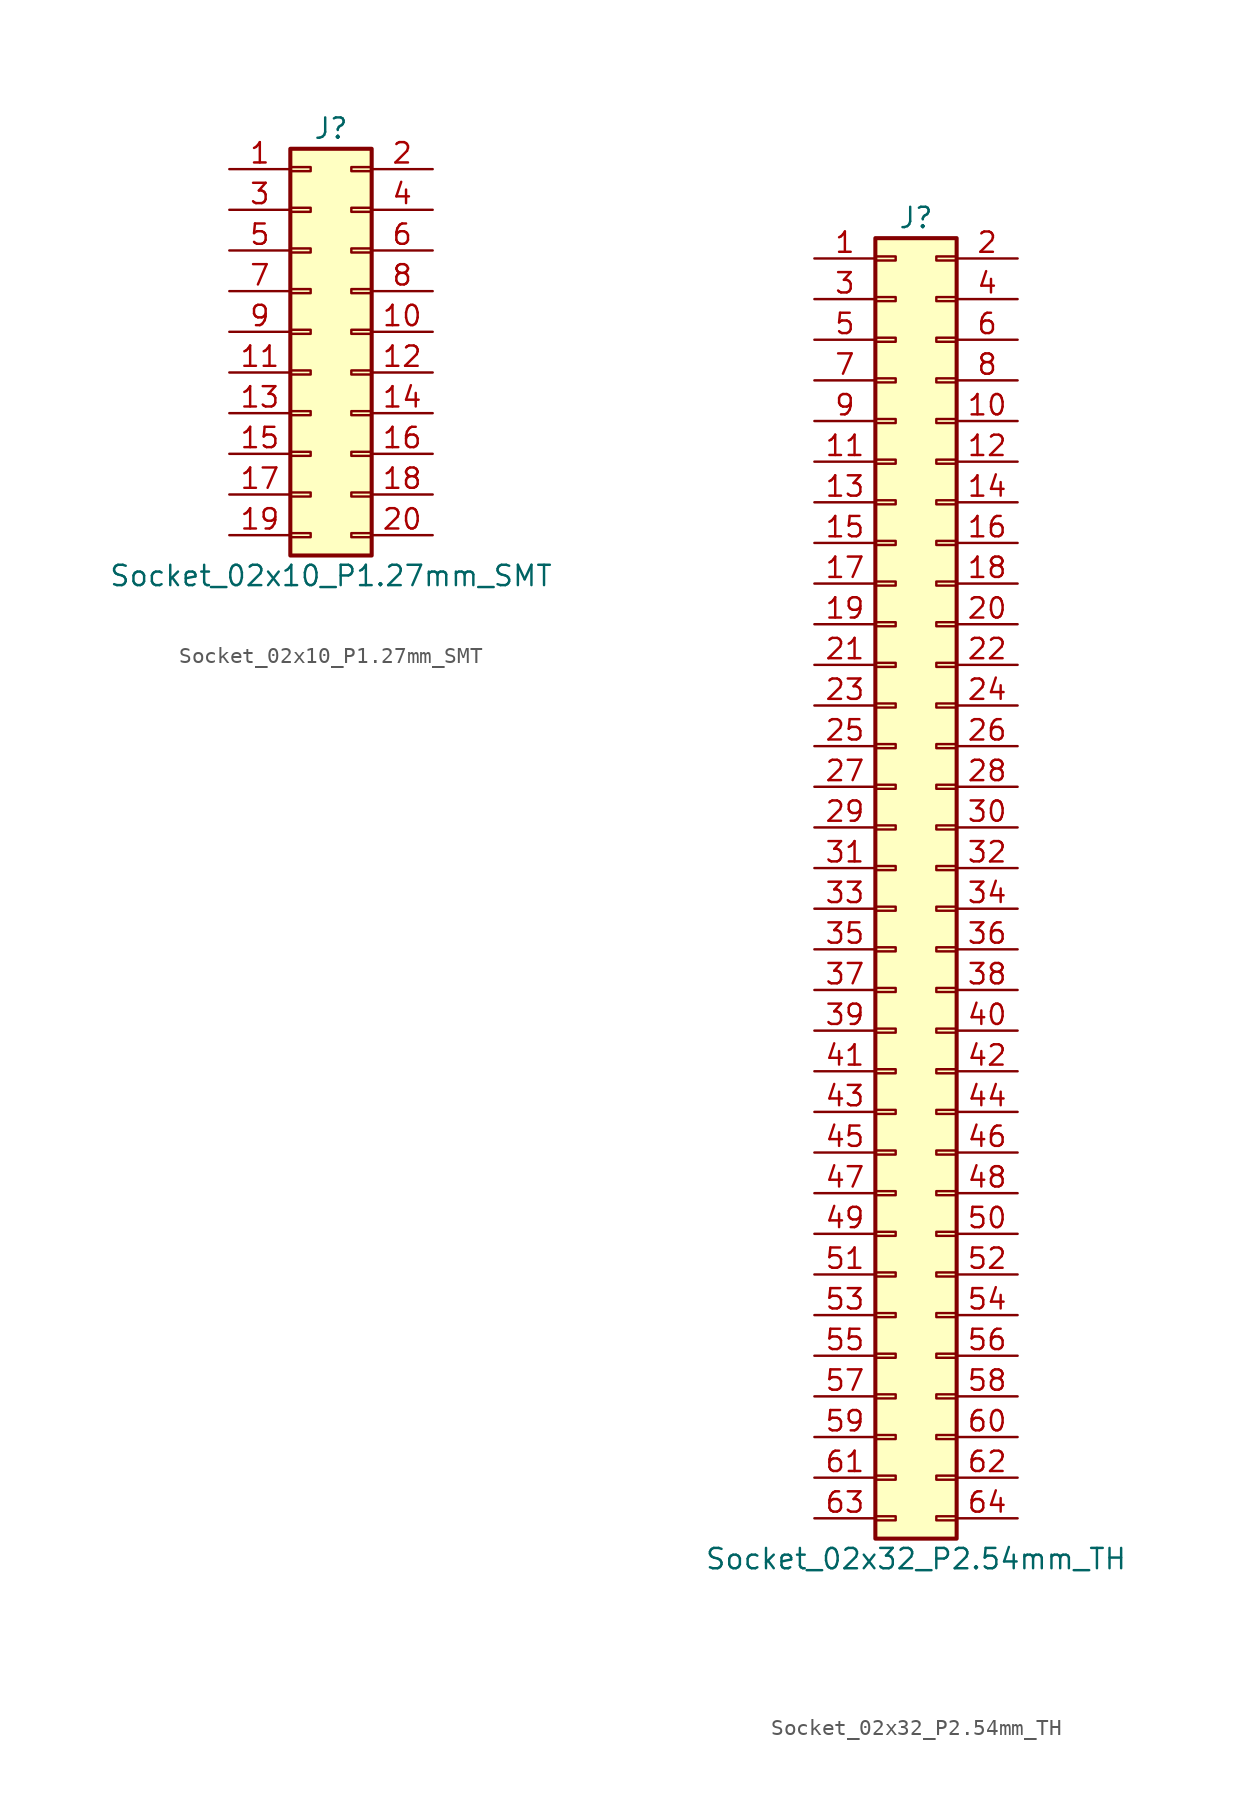
<source format=kicad_sym>
(kicad_symbol_lib
  (version 20241209)
  (generator "kicad_symbol_editor")
  (generator_version "9.0")
  (symbol "Socket_02x10_P1.27mm_SMT"
    (pin_names
      (offset 1.016)
      (hide yes))
    (property "Reference" "J"
      (at 0 13.97 0)
      (effects (font (size 1.27 1.27))))
    (property "Value" "Socket_02x10_P1.27mm_SMT"
      (at 0 -13.97 0)
      (effects (font (size 1.27 1.27))))
    (symbol "Socket_02x10_P1.27mm_SMT_1_1"
      (rectangle (start -2.54 12.7) (end 2.54 -12.7) (stroke (width 0.254) (type default)) (fill (type background)))
      (rectangle (start -2.54 11.557) (end -1.27 11.303) (stroke (width 0) (type default)) (fill (type none)))
      (rectangle (start -2.54 9.017) (end -1.27 8.763) (stroke (width 0) (type default)) (fill (type none)))
      (rectangle (start -2.54 6.477) (end -1.27 6.223) (stroke (width 0) (type default)) (fill (type none)))
      (rectangle (start -2.54 3.937) (end -1.27 3.683) (stroke (width 0) (type default)) (fill (type none)))
      (rectangle (start -2.54 1.397) (end -1.27 1.143) (stroke (width 0) (type default)) (fill (type none)))
      (rectangle (start -2.54 -1.143) (end -1.27 -1.397) (stroke (width 0) (type default)) (fill (type none)))
      (rectangle (start -2.54 -3.683) (end -1.27 -3.937) (stroke (width 0) (type default)) (fill (type none)))
      (rectangle (start -2.54 -6.223) (end -1.27 -6.477) (stroke (width 0) (type default)) (fill (type none)))
      (rectangle (start -2.54 -8.763) (end -1.27 -9.017) (stroke (width 0) (type default)) (fill (type none)))
      (rectangle (start -2.54 -11.303) (end -1.27 -11.557) (stroke (width 0) (type default)) (fill (type none)))
      (rectangle (start 1.27 11.557) (end 2.54 11.303) (stroke (width 0) (type default)) (fill (type none)))
      (rectangle (start 1.27 9.017) (end 2.54 8.763) (stroke (width 0) (type default)) (fill (type none)))
      (rectangle (start 1.27 6.477) (end 2.54 6.223) (stroke (width 0) (type default)) (fill (type none)))
      (rectangle (start 1.27 3.937) (end 2.54 3.683) (stroke (width 0) (type default)) (fill (type none)))
      (rectangle (start 1.27 1.397) (end 2.54 1.143) (stroke (width 0) (type default)) (fill (type none)))
      (rectangle (start 1.27 -1.143) (end 2.54 -1.397) (stroke (width 0) (type default)) (fill (type none)))
      (rectangle (start 1.27 -3.683) (end 2.54 -3.937) (stroke (width 0) (type default)) (fill (type none)))
      (rectangle (start 1.27 -6.223) (end 2.54 -6.477) (stroke (width 0) (type default)) (fill (type none)))
      (rectangle (start 1.27 -8.763) (end 2.54 -9.017) (stroke (width 0) (type default)) (fill (type none)))
      (rectangle (start 1.27 -11.303) (end 2.54 -11.557) (stroke (width 0) (type default)) (fill (type none)))
      (pin passive line (at -6.35 11.43 0) (length 3.81) (name "1" (effects (font (size 1.27 1.27)))) (number "1" (effects (font (size 1.27 1.27)))))
      (pin passive line (at -6.35 8.89 0) (length 3.81) (name "3" (effects (font (size 1.27 1.27)))) (number "3" (effects (font (size 1.27 1.27)))))
      (pin passive line (at -6.35 6.35 0) (length 3.81) (name "5" (effects (font (size 1.27 1.27)))) (number "5" (effects (font (size 1.27 1.27)))))
      (pin passive line (at -6.35 3.81 0) (length 3.81) (name "7" (effects (font (size 1.27 1.27)))) (number "7" (effects (font (size 1.27 1.27)))))
      (pin passive line (at -6.35 1.27 0) (length 3.81) (name "9" (effects (font (size 1.27 1.27)))) (number "9" (effects (font (size 1.27 1.27)))))
      (pin passive line (at -6.35 -1.27 0) (length 3.81) (name "11" (effects (font (size 1.27 1.27)))) (number "11" (effects (font (size 1.27 1.27)))))
      (pin passive line (at -6.35 -3.81 0) (length 3.81) (name "13" (effects (font (size 1.27 1.27)))) (number "13" (effects (font (size 1.27 1.27)))))
      (pin passive line (at -6.35 -6.35 0) (length 3.81) (name "15" (effects (font (size 1.27 1.27)))) (number "15" (effects (font (size 1.27 1.27)))))
      (pin passive line (at -6.35 -8.89 0) (length 3.81) (name "17" (effects (font (size 1.27 1.27)))) (number "17" (effects (font (size 1.27 1.27)))))
      (pin passive line (at -6.35 -11.43 0) (length 3.81) (name "19" (effects (font (size 1.27 1.27)))) (number "19" (effects (font (size 1.27 1.27)))))
      (pin passive line (at 6.35 11.43 180) (length 3.81) (name "2" (effects (font (size 1.27 1.27)))) (number "2" (effects (font (size 1.27 1.27)))))
      (pin passive line (at 6.35 8.89 180) (length 3.81) (name "4" (effects (font (size 1.27 1.27)))) (number "4" (effects (font (size 1.27 1.27)))))
      (pin passive line (at 6.35 6.35 180) (length 3.81) (name "6" (effects (font (size 1.27 1.27)))) (number "6" (effects (font (size 1.27 1.27)))))
      (pin passive line (at 6.35 3.81 180) (length 3.81) (name "8" (effects (font (size 1.27 1.27)))) (number "8" (effects (font (size 1.27 1.27)))))
      (pin passive line (at 6.35 1.27 180) (length 3.81) (name "10" (effects (font (size 1.27 1.27)))) (number "10" (effects (font (size 1.27 1.27)))))
      (pin passive line (at 6.35 -1.27 180) (length 3.81) (name "12" (effects (font (size 1.27 1.27)))) (number "12" (effects (font (size 1.27 1.27)))))
      (pin passive line (at 6.35 -3.81 180) (length 3.81) (name "14" (effects (font (size 1.27 1.27)))) (number "14" (effects (font (size 1.27 1.27)))))
      (pin passive line (at 6.35 -6.35 180) (length 3.81) (name "16" (effects (font (size 1.27 1.27)))) (number "16" (effects (font (size 1.27 1.27)))))
      (pin passive line (at 6.35 -8.89 180) (length 3.81) (name "18" (effects (font (size 1.27 1.27)))) (number "18" (effects (font (size 1.27 1.27)))))
      (pin passive line (at 6.35 -11.43 180) (length 3.81) (name "20" (effects (font (size 1.27 1.27)))) (number "20" (effects (font (size 1.27 1.27)))))))
  (symbol "Socket_02x32_P2.54mm_TH"
    (pin_names
      (offset 1.016)
      (hide yes))
    (property "Reference" "J"
      (at 0 41.91 0)
      (effects (font (size 1.27 1.27))))
    (property "Value" "Socket_02x32_P2.54mm_TH"
      (at 0 -41.91 0)
      (effects (font (size 1.27 1.27))))
    (symbol "Socket_02x32_P2.54mm_TH_1_1"
      (rectangle (start -2.54 40.64) (end 2.54 -40.64) (stroke (width 0.254) (type default)) (fill (type background)))
      (rectangle (start -2.54 39.497) (end -1.27 39.243) (stroke (width 0.152) (type default)) (fill (type none)))
      (rectangle (start -2.54 36.957) (end -1.27 36.703) (stroke (width 0.152) (type default)) (fill (type none)))
      (rectangle (start -2.54 34.417) (end -1.27 34.163) (stroke (width 0.152) (type default)) (fill (type none)))
      (rectangle (start -2.54 31.877) (end -1.27 31.623) (stroke (width 0.152) (type default)) (fill (type none)))
      (rectangle (start -2.54 29.337) (end -1.27 29.083) (stroke (width 0.152) (type default)) (fill (type none)))
      (rectangle (start -2.54 26.797) (end -1.27 26.543) (stroke (width 0.152) (type default)) (fill (type none)))
      (rectangle (start -2.54 24.257) (end -1.27 24.003) (stroke (width 0.152) (type default)) (fill (type none)))
      (rectangle (start -2.54 21.717) (end -1.27 21.463) (stroke (width 0.152) (type default)) (fill (type none)))
      (rectangle (start -2.54 19.177) (end -1.27 18.923) (stroke (width 0.152) (type default)) (fill (type none)))
      (rectangle (start -2.54 16.637) (end -1.27 16.383) (stroke (width 0.152) (type default)) (fill (type none)))
      (rectangle (start -2.54 14.097) (end -1.27 13.843) (stroke (width 0.152) (type default)) (fill (type none)))
      (rectangle (start -2.54 11.557) (end -1.27 11.303) (stroke (width 0.152) (type default)) (fill (type none)))
      (rectangle (start -2.54 9.017) (end -1.27 8.763) (stroke (width 0.152) (type default)) (fill (type none)))
      (rectangle (start -2.54 6.477) (end -1.27 6.223) (stroke (width 0.152) (type default)) (fill (type none)))
      (rectangle (start -2.54 3.937) (end -1.27 3.683) (stroke (width 0.152) (type default)) (fill (type none)))
      (rectangle (start -2.54 1.397) (end -1.27 1.143) (stroke (width 0.152) (type default)) (fill (type none)))
      (rectangle (start -2.54 -1.143) (end -1.27 -1.397) (stroke (width 0.152) (type default)) (fill (type none)))
      (rectangle (start -2.54 -3.683) (end -1.27 -3.937) (stroke (width 0.152) (type default)) (fill (type none)))
      (rectangle (start -2.54 -6.223) (end -1.27 -6.477) (stroke (width 0.152) (type default)) (fill (type none)))
      (rectangle (start -2.54 -8.763) (end -1.27 -9.017) (stroke (width 0.152) (type default)) (fill (type none)))
      (rectangle (start -2.54 -11.303) (end -1.27 -11.557) (stroke (width 0.152) (type default)) (fill (type none)))
      (rectangle (start -2.54 -13.843) (end -1.27 -14.097) (stroke (width 0.152) (type default)) (fill (type none)))
      (rectangle (start -2.54 -16.383) (end -1.27 -16.637) (stroke (width 0.152) (type default)) (fill (type none)))
      (rectangle (start -2.54 -18.923) (end -1.27 -19.177) (stroke (width 0.152) (type default)) (fill (type none)))
      (rectangle (start -2.54 -21.463) (end -1.27 -21.717) (stroke (width 0.152) (type default)) (fill (type none)))
      (rectangle (start -2.54 -24.003) (end -1.27 -24.257) (stroke (width 0.152) (type default)) (fill (type none)))
      (rectangle (start -2.54 -26.543) (end -1.27 -26.797) (stroke (width 0.152) (type default)) (fill (type none)))
      (rectangle (start -2.54 -29.083) (end -1.27 -29.337) (stroke (width 0.152) (type default)) (fill (type none)))
      (rectangle (start -2.54 -31.623) (end -1.27 -31.877) (stroke (width 0.152) (type default)) (fill (type none)))
      (rectangle (start -2.54 -34.163) (end -1.27 -34.417) (stroke (width 0.152) (type default)) (fill (type none)))
      (rectangle (start -2.54 -36.703) (end -1.27 -36.957) (stroke (width 0.152) (type default)) (fill (type none)))
      (rectangle (start -2.54 -39.243) (end -1.27 -39.497) (stroke (width 0.152) (type default)) (fill (type none)))
      (rectangle (start 2.54 39.497) (end 1.27 39.243) (stroke (width 0.152) (type default)) (fill (type none)))
      (rectangle (start 2.54 36.957) (end 1.27 36.703) (stroke (width 0.152) (type default)) (fill (type none)))
      (rectangle (start 2.54 34.417) (end 1.27 34.163) (stroke (width 0.152) (type default)) (fill (type none)))
      (rectangle (start 2.54 31.877) (end 1.27 31.623) (stroke (width 0.152) (type default)) (fill (type none)))
      (rectangle (start 2.54 29.337) (end 1.27 29.083) (stroke (width 0.152) (type default)) (fill (type none)))
      (rectangle (start 2.54 26.797) (end 1.27 26.543) (stroke (width 0.152) (type default)) (fill (type none)))
      (rectangle (start 2.54 24.257) (end 1.27 24.003) (stroke (width 0.152) (type default)) (fill (type none)))
      (rectangle (start 2.54 21.717) (end 1.27 21.463) (stroke (width 0.152) (type default)) (fill (type none)))
      (rectangle (start 2.54 19.177) (end 1.27 18.923) (stroke (width 0.152) (type default)) (fill (type none)))
      (rectangle (start 2.54 16.637) (end 1.27 16.383) (stroke (width 0.152) (type default)) (fill (type none)))
      (rectangle (start 2.54 14.097) (end 1.27 13.843) (stroke (width 0.152) (type default)) (fill (type none)))
      (rectangle (start 2.54 11.557) (end 1.27 11.303) (stroke (width 0.152) (type default)) (fill (type none)))
      (rectangle (start 2.54 9.017) (end 1.27 8.763) (stroke (width 0.152) (type default)) (fill (type none)))
      (rectangle (start 2.54 6.477) (end 1.27 6.223) (stroke (width 0.152) (type default)) (fill (type none)))
      (rectangle (start 2.54 3.937) (end 1.27 3.683) (stroke (width 0.152) (type default)) (fill (type none)))
      (rectangle (start 2.54 1.397) (end 1.27 1.143) (stroke (width 0.152) (type default)) (fill (type none)))
      (rectangle (start 2.54 -1.143) (end 1.27 -1.397) (stroke (width 0.152) (type default)) (fill (type none)))
      (rectangle (start 2.54 -3.683) (end 1.27 -3.937) (stroke (width 0.152) (type default)) (fill (type none)))
      (rectangle (start 2.54 -6.223) (end 1.27 -6.477) (stroke (width 0.152) (type default)) (fill (type none)))
      (rectangle (start 2.54 -8.763) (end 1.27 -9.017) (stroke (width 0.152) (type default)) (fill (type none)))
      (rectangle (start 2.54 -11.303) (end 1.27 -11.557) (stroke (width 0.152) (type default)) (fill (type none)))
      (rectangle (start 2.54 -13.843) (end 1.27 -14.097) (stroke (width 0.152) (type default)) (fill (type none)))
      (rectangle (start 2.54 -16.383) (end 1.27 -16.637) (stroke (width 0.152) (type default)) (fill (type none)))
      (rectangle (start 2.54 -18.923) (end 1.27 -19.177) (stroke (width 0.152) (type default)) (fill (type none)))
      (rectangle (start 2.54 -21.463) (end 1.27 -21.717) (stroke (width 0.152) (type default)) (fill (type none)))
      (rectangle (start 2.54 -24.003) (end 1.27 -24.257) (stroke (width 0.152) (type default)) (fill (type none)))
      (rectangle (start 2.54 -26.543) (end 1.27 -26.797) (stroke (width 0.152) (type default)) (fill (type none)))
      (rectangle (start 2.54 -29.083) (end 1.27 -29.337) (stroke (width 0.152) (type default)) (fill (type none)))
      (rectangle (start 2.54 -31.623) (end 1.27 -31.877) (stroke (width 0.152) (type default)) (fill (type none)))
      (rectangle (start 2.54 -34.163) (end 1.27 -34.417) (stroke (width 0.152) (type default)) (fill (type none)))
      (rectangle (start 2.54 -36.703) (end 1.27 -36.957) (stroke (width 0.152) (type default)) (fill (type none)))
      (rectangle (start 2.54 -39.243) (end 1.27 -39.497) (stroke (width 0.152) (type default)) (fill (type none)))
      (pin passive line (at -6.35 39.37 0) (length 3.81) (name "Pin_1" (effects (font (size 1.27 1.27)))) (number "1" (effects (font (size 1.27 1.27)))))
      (pin passive line (at -6.35 36.83 0) (length 3.81) (name "Pin_3" (effects (font (size 1.27 1.27)))) (number "3" (effects (font (size 1.27 1.27)))))
      (pin passive line (at -6.35 34.29 0) (length 3.81) (name "Pin_5" (effects (font (size 1.27 1.27)))) (number "5" (effects (font (size 1.27 1.27)))))
      (pin passive line (at -6.35 31.75 0) (length 3.81) (name "Pin_7" (effects (font (size 1.27 1.27)))) (number "7" (effects (font (size 1.27 1.27)))))
      (pin passive line (at -6.35 29.21 0) (length 3.81) (name "Pin_9" (effects (font (size 1.27 1.27)))) (number "9" (effects (font (size 1.27 1.27)))))
      (pin passive line (at -6.35 26.67 0) (length 3.81) (name "Pin_11" (effects (font (size 1.27 1.27)))) (number "11" (effects (font (size 1.27 1.27)))))
      (pin passive line (at -6.35 24.13 0) (length 3.81) (name "Pin_13" (effects (font (size 1.27 1.27)))) (number "13" (effects (font (size 1.27 1.27)))))
      (pin passive line (at -6.35 21.59 0) (length 3.81) (name "Pin_15" (effects (font (size 1.27 1.27)))) (number "15" (effects (font (size 1.27 1.27)))))
      (pin passive line (at -6.35 19.05 0) (length 3.81) (name "Pin_17" (effects (font (size 1.27 1.27)))) (number "17" (effects (font (size 1.27 1.27)))))
      (pin passive line (at -6.35 16.51 0) (length 3.81) (name "Pin_19" (effects (font (size 1.27 1.27)))) (number "19" (effects (font (size 1.27 1.27)))))
      (pin passive line (at -6.35 13.97 0) (length 3.81) (name "Pin_21" (effects (font (size 1.27 1.27)))) (number "21" (effects (font (size 1.27 1.27)))))
      (pin passive line (at -6.35 11.43 0) (length 3.81) (name "Pin_23" (effects (font (size 1.27 1.27)))) (number "23" (effects (font (size 1.27 1.27)))))
      (pin passive line (at -6.35 8.89 0) (length 3.81) (name "Pin_25" (effects (font (size 1.27 1.27)))) (number "25" (effects (font (size 1.27 1.27)))))
      (pin passive line (at -6.35 6.35 0) (length 3.81) (name "Pin_27" (effects (font (size 1.27 1.27)))) (number "27" (effects (font (size 1.27 1.27)))))
      (pin passive line (at -6.35 3.81 0) (length 3.81) (name "Pin_29" (effects (font (size 1.27 1.27)))) (number "29" (effects (font (size 1.27 1.27)))))
      (pin passive line (at -6.35 1.27 0) (length 3.81) (name "Pin_31" (effects (font (size 1.27 1.27)))) (number "31" (effects (font (size 1.27 1.27)))))
      (pin passive line (at -6.35 -1.27 0) (length 3.81) (name "Pin_33" (effects (font (size 1.27 1.27)))) (number "33" (effects (font (size 1.27 1.27)))))
      (pin passive line (at -6.35 -3.81 0) (length 3.81) (name "Pin_35" (effects (font (size 1.27 1.27)))) (number "35" (effects (font (size 1.27 1.27)))))
      (pin passive line (at -6.35 -6.35 0) (length 3.81) (name "Pin_37" (effects (font (size 1.27 1.27)))) (number "37" (effects (font (size 1.27 1.27)))))
      (pin passive line (at -6.35 -8.89 0) (length 3.81) (name "Pin_39" (effects (font (size 1.27 1.27)))) (number "39" (effects (font (size 1.27 1.27)))))
      (pin passive line (at -6.35 -11.43 0) (length 3.81) (name "Pin_41" (effects (font (size 1.27 1.27)))) (number "41" (effects (font (size 1.27 1.27)))))
      (pin passive line (at -6.35 -13.97 0) (length 3.81) (name "Pin_43" (effects (font (size 1.27 1.27)))) (number "43" (effects (font (size 1.27 1.27)))))
      (pin passive line (at -6.35 -16.51 0) (length 3.81) (name "Pin_45" (effects (font (size 1.27 1.27)))) (number "45" (effects (font (size 1.27 1.27)))))
      (pin passive line (at -6.35 -19.05 0) (length 3.81) (name "Pin_47" (effects (font (size 1.27 1.27)))) (number "47" (effects (font (size 1.27 1.27)))))
      (pin passive line (at -6.35 -21.59 0) (length 3.81) (name "Pin_49" (effects (font (size 1.27 1.27)))) (number "49" (effects (font (size 1.27 1.27)))))
      (pin passive line (at -6.35 -24.13 0) (length 3.81) (name "Pin_51" (effects (font (size 1.27 1.27)))) (number "51" (effects (font (size 1.27 1.27)))))
      (pin passive line (at -6.35 -26.67 0) (length 3.81) (name "Pin_53" (effects (font (size 1.27 1.27)))) (number "53" (effects (font (size 1.27 1.27)))))
      (pin passive line (at -6.35 -29.21 0) (length 3.81) (name "Pin_55" (effects (font (size 1.27 1.27)))) (number "55" (effects (font (size 1.27 1.27)))))
      (pin passive line (at -6.35 -31.75 0) (length 3.81) (name "Pin_57" (effects (font (size 1.27 1.27)))) (number "57" (effects (font (size 1.27 1.27)))))
      (pin passive line (at -6.35 -34.29 0) (length 3.81) (name "Pin_59" (effects (font (size 1.27 1.27)))) (number "59" (effects (font (size 1.27 1.27)))))
      (pin passive line (at -6.35 -36.83 0) (length 3.81) (name "Pin_61" (effects (font (size 1.27 1.27)))) (number "61" (effects (font (size 1.27 1.27)))))
      (pin passive line (at -6.35 -39.37 0) (length 3.81) (name "Pin_63" (effects (font (size 1.27 1.27)))) (number "63" (effects (font (size 1.27 1.27)))))
      (pin passive line (at 6.35 39.37 180) (length 3.81) (name "Pin_2" (effects (font (size 1.27 1.27)))) (number "2" (effects (font (size 1.27 1.27)))))
      (pin passive line (at 6.35 36.83 180) (length 3.81) (name "Pin_4" (effects (font (size 1.27 1.27)))) (number "4" (effects (font (size 1.27 1.27)))))
      (pin passive line (at 6.35 34.29 180) (length 3.81) (name "Pin_6" (effects (font (size 1.27 1.27)))) (number "6" (effects (font (size 1.27 1.27)))))
      (pin passive line (at 6.35 31.75 180) (length 3.81) (name "Pin_8" (effects (font (size 1.27 1.27)))) (number "8" (effects (font (size 1.27 1.27)))))
      (pin passive line (at 6.35 29.21 180) (length 3.81) (name "Pin_10" (effects (font (size 1.27 1.27)))) (number "10" (effects (font (size 1.27 1.27)))))
      (pin passive line (at 6.35 26.67 180) (length 3.81) (name "Pin_12" (effects (font (size 1.27 1.27)))) (number "12" (effects (font (size 1.27 1.27)))))
      (pin passive line (at 6.35 24.13 180) (length 3.81) (name "Pin_14" (effects (font (size 1.27 1.27)))) (number "14" (effects (font (size 1.27 1.27)))))
      (pin passive line (at 6.35 21.59 180) (length 3.81) (name "Pin_16" (effects (font (size 1.27 1.27)))) (number "16" (effects (font (size 1.27 1.27)))))
      (pin passive line (at 6.35 19.05 180) (length 3.81) (name "Pin_18" (effects (font (size 1.27 1.27)))) (number "18" (effects (font (size 1.27 1.27)))))
      (pin passive line (at 6.35 16.51 180) (length 3.81) (name "Pin_20" (effects (font (size 1.27 1.27)))) (number "20" (effects (font (size 1.27 1.27)))))
      (pin passive line (at 6.35 13.97 180) (length 3.81) (name "Pin_22" (effects (font (size 1.27 1.27)))) (number "22" (effects (font (size 1.27 1.27)))))
      (pin passive line (at 6.35 11.43 180) (length 3.81) (name "Pin_24" (effects (font (size 1.27 1.27)))) (number "24" (effects (font (size 1.27 1.27)))))
      (pin passive line (at 6.35 8.89 180) (length 3.81) (name "Pin_26" (effects (font (size 1.27 1.27)))) (number "26" (effects (font (size 1.27 1.27)))))
      (pin passive line (at 6.35 6.35 180) (length 3.81) (name "Pin_28" (effects (font (size 1.27 1.27)))) (number "28" (effects (font (size 1.27 1.27)))))
      (pin passive line (at 6.35 3.81 180) (length 3.81) (name "Pin_30" (effects (font (size 1.27 1.27)))) (number "30" (effects (font (size 1.27 1.27)))))
      (pin passive line (at 6.35 1.27 180) (length 3.81) (name "Pin_32" (effects (font (size 1.27 1.27)))) (number "32" (effects (font (size 1.27 1.27)))))
      (pin passive line (at 6.35 -1.27 180) (length 3.81) (name "Pin_34" (effects (font (size 1.27 1.27)))) (number "34" (effects (font (size 1.27 1.27)))))
      (pin passive line (at 6.35 -3.81 180) (length 3.81) (name "Pin_36" (effects (font (size 1.27 1.27)))) (number "36" (effects (font (size 1.27 1.27)))))
      (pin passive line (at 6.35 -6.35 180) (length 3.81) (name "Pin_38" (effects (font (size 1.27 1.27)))) (number "38" (effects (font (size 1.27 1.27)))))
      (pin passive line (at 6.35 -8.89 180) (length 3.81) (name "Pin_40" (effects (font (size 1.27 1.27)))) (number "40" (effects (font (size 1.27 1.27)))))
      (pin passive line (at 6.35 -11.43 180) (length 3.81) (name "Pin_42" (effects (font (size 1.27 1.27)))) (number "42" (effects (font (size 1.27 1.27)))))
      (pin passive line (at 6.35 -13.97 180) (length 3.81) (name "Pin_44" (effects (font (size 1.27 1.27)))) (number "44" (effects (font (size 1.27 1.27)))))
      (pin passive line (at 6.35 -16.51 180) (length 3.81) (name "Pin_46" (effects (font (size 1.27 1.27)))) (number "46" (effects (font (size 1.27 1.27)))))
      (pin passive line (at 6.35 -19.05 180) (length 3.81) (name "Pin_48" (effects (font (size 1.27 1.27)))) (number "48" (effects (font (size 1.27 1.27)))))
      (pin passive line (at 6.35 -21.59 180) (length 3.81) (name "Pin_50" (effects (font (size 1.27 1.27)))) (number "50" (effects (font (size 1.27 1.27)))))
      (pin passive line (at 6.35 -24.13 180) (length 3.81) (name "Pin_52" (effects (font (size 1.27 1.27)))) (number "52" (effects (font (size 1.27 1.27)))))
      (pin passive line (at 6.35 -26.67 180) (length 3.81) (name "Pin_54" (effects (font (size 1.27 1.27)))) (number "54" (effects (font (size 1.27 1.27)))))
      (pin passive line (at 6.35 -29.21 180) (length 3.81) (name "Pin_56" (effects (font (size 1.27 1.27)))) (number "56" (effects (font (size 1.27 1.27)))))
      (pin passive line (at 6.35 -31.75 180) (length 3.81) (name "Pin_58" (effects (font (size 1.27 1.27)))) (number "58" (effects (font (size 1.27 1.27)))))
      (pin passive line (at 6.35 -34.29 180) (length 3.81) (name "Pin_60" (effects (font (size 1.27 1.27)))) (number "60" (effects (font (size 1.27 1.27)))))
      (pin passive line (at 6.35 -36.83 180) (length 3.81) (name "Pin_62" (effects (font (size 1.27 1.27)))) (number "62" (effects (font (size 1.27 1.27)))))
      (pin passive line (at 6.35 -39.37 180) (length 3.81) (name "Pin_64" (effects (font (size 1.27 1.27)))) (number "64" (effects (font (size 1.27 1.27))))))))
</source>
